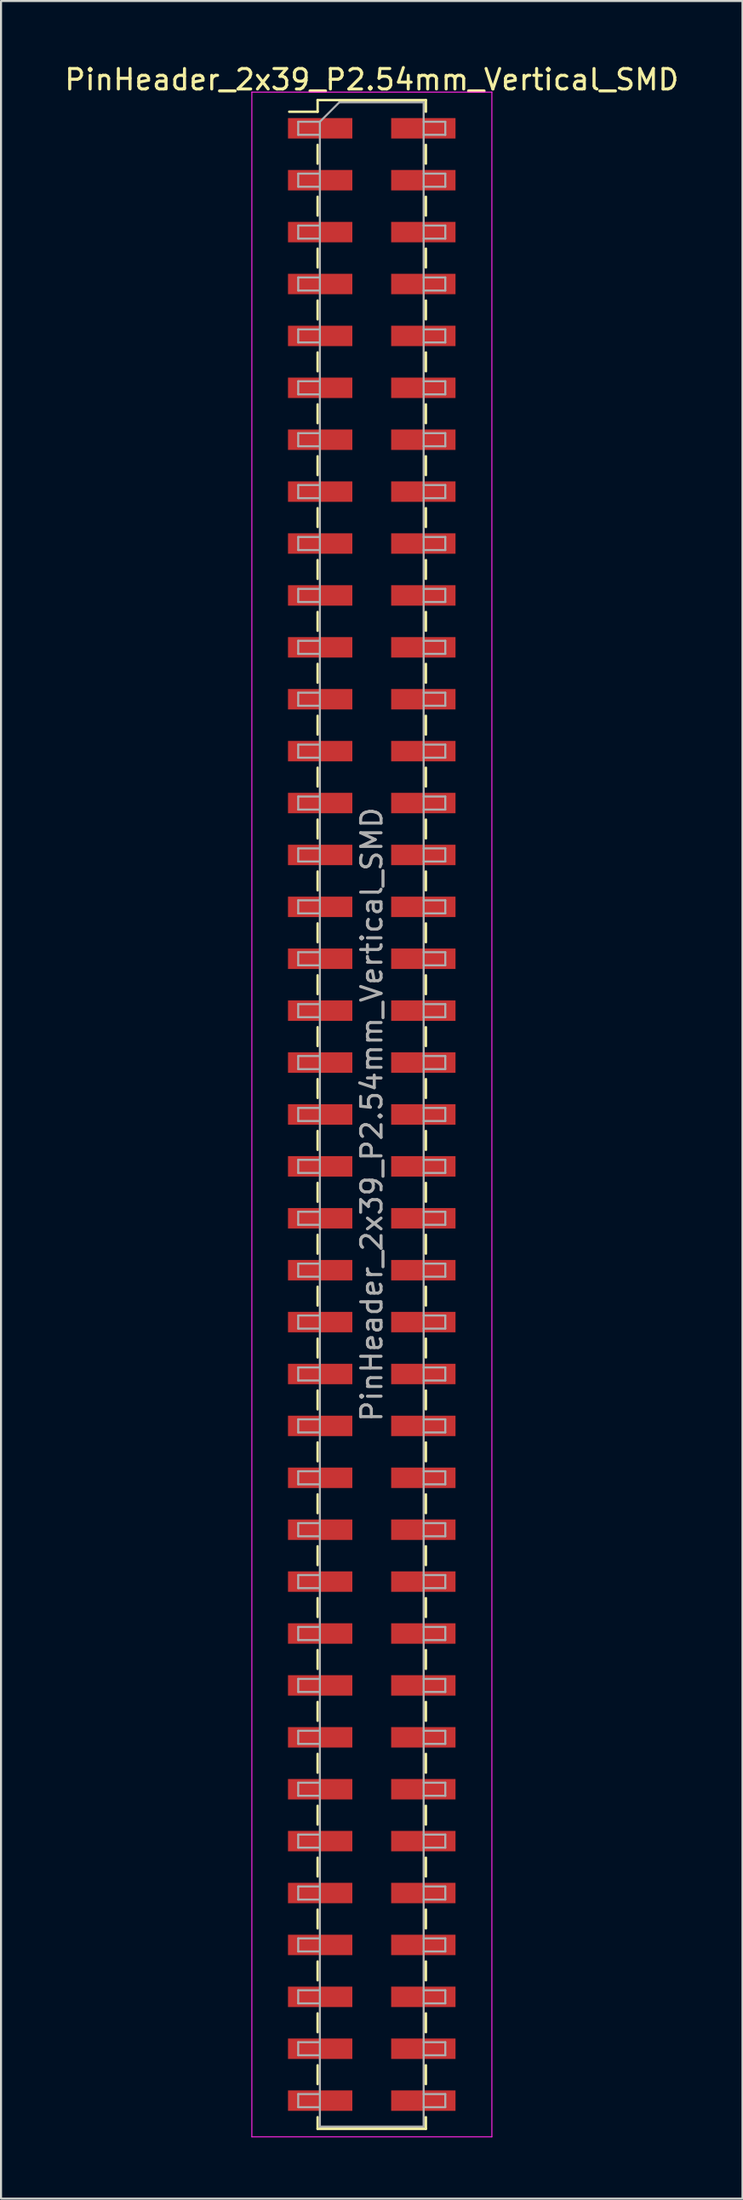
<source format=kicad_pcb>
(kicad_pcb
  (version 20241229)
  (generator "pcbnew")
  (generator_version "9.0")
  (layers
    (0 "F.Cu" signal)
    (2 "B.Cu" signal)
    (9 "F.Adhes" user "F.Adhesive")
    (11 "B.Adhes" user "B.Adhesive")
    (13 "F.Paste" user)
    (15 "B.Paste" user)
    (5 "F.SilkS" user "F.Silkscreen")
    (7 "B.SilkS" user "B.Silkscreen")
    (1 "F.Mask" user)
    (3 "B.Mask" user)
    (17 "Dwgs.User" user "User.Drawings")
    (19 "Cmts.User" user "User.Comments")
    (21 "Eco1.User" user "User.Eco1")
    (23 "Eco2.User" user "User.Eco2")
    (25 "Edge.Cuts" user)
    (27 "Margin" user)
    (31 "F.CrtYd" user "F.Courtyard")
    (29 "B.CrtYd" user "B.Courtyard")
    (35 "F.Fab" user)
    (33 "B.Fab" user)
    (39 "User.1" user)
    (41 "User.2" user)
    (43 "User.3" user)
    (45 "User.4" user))
  (footprint "PinHeader_2x39_P2.54mm_Vertical_SMD"
    (layer "F.Cu")
    (at 15.149 51.488)
    (property "Reference" "PinHeader_2x39_P2.54mm_Vertical_SMD" (at 0 -50.64 0) (layer "F.SilkS") (effects (font (size 1 1) (thickness 0.15))))
    (attr smd)
    (fp_line (start -4.04 -49.07) (end -2.65 -49.07) (stroke (width 0.12) (type solid)) (layer "F.SilkS"))
    (fp_line (start -2.65 -49.64) (end -2.65 -49.07) (stroke (width 0.12) (type solid)) (layer "F.SilkS"))
    (fp_line (start -2.65 -49.64) (end 2.65 -49.64) (stroke (width 0.12) (type solid)) (layer "F.SilkS"))
    (fp_line (start -2.65 -47.45) (end -2.65 -46.53) (stroke (width 0.12) (type solid)) (layer "F.SilkS"))
    (fp_line (start -2.65 -44.91) (end -2.65 -43.99) (stroke (width 0.12) (type solid)) (layer "F.SilkS"))
    (fp_line (start -2.65 -42.37) (end -2.65 -41.45) (stroke (width 0.12) (type solid)) (layer "F.SilkS"))
    (fp_line (start -2.65 -39.83) (end -2.65 -38.91) (stroke (width 0.12) (type solid)) (layer "F.SilkS"))
    (fp_line (start -2.65 -37.29) (end -2.65 -36.37) (stroke (width 0.12) (type solid)) (layer "F.SilkS"))
    (fp_line (start -2.65 -34.75) (end -2.65 -33.83) (stroke (width 0.12) (type solid)) (layer "F.SilkS"))
    (fp_line (start -2.65 -32.21) (end -2.65 -31.29) (stroke (width 0.12) (type solid)) (layer "F.SilkS"))
    (fp_line (start -2.65 -29.67) (end -2.65 -28.75) (stroke (width 0.12) (type solid)) (layer "F.SilkS"))
    (fp_line (start -2.65 -27.13) (end -2.65 -26.21) (stroke (width 0.12) (type solid)) (layer "F.SilkS"))
    (fp_line (start -2.65 -24.59) (end -2.65 -23.67) (stroke (width 0.12) (type solid)) (layer "F.SilkS"))
    (fp_line (start -2.65 -22.05) (end -2.65 -21.13) (stroke (width 0.12) (type solid)) (layer "F.SilkS"))
    (fp_line (start -2.65 -19.51) (end -2.65 -18.59) (stroke (width 0.12) (type solid)) (layer "F.SilkS"))
    (fp_line (start -2.65 -16.97) (end -2.65 -16.05) (stroke (width 0.12) (type solid)) (layer "F.SilkS"))
    (fp_line (start -2.65 -14.43) (end -2.65 -13.51) (stroke (width 0.12) (type solid)) (layer "F.SilkS"))
    (fp_line (start -2.65 -11.89) (end -2.65 -10.97) (stroke (width 0.12) (type solid)) (layer "F.SilkS"))
    (fp_line (start -2.65 -9.35) (end -2.65 -8.43) (stroke (width 0.12) (type solid)) (layer "F.SilkS"))
    (fp_line (start -2.65 -6.81) (end -2.65 -5.89) (stroke (width 0.12) (type solid)) (layer "F.SilkS"))
    (fp_line (start -2.65 -4.27) (end -2.65 -3.35) (stroke (width 0.12) (type solid)) (layer "F.SilkS"))
    (fp_line (start -2.65 -1.73) (end -2.65 -0.81) (stroke (width 0.12) (type solid)) (layer "F.SilkS"))
    (fp_line (start -2.65 0.81) (end -2.65 1.73) (stroke (width 0.12) (type solid)) (layer "F.SilkS"))
    (fp_line (start -2.65 3.35) (end -2.65 4.27) (stroke (width 0.12) (type solid)) (layer "F.SilkS"))
    (fp_line (start -2.65 5.89) (end -2.65 6.81) (stroke (width 0.12) (type solid)) (layer "F.SilkS"))
    (fp_line (start -2.65 8.43) (end -2.65 9.35) (stroke (width 0.12) (type solid)) (layer "F.SilkS"))
    (fp_line (start -2.65 10.97) (end -2.65 11.89) (stroke (width 0.12) (type solid)) (layer "F.SilkS"))
    (fp_line (start -2.65 13.51) (end -2.65 14.43) (stroke (width 0.12) (type solid)) (layer "F.SilkS"))
    (fp_line (start -2.65 16.05) (end -2.65 16.97) (stroke (width 0.12) (type solid)) (layer "F.SilkS"))
    (fp_line (start -2.65 18.59) (end -2.65 19.51) (stroke (width 0.12) (type solid)) (layer "F.SilkS"))
    (fp_line (start -2.65 21.13) (end -2.65 22.05) (stroke (width 0.12) (type solid)) (layer "F.SilkS"))
    (fp_line (start -2.65 23.67) (end -2.65 24.59) (stroke (width 0.12) (type solid)) (layer "F.SilkS"))
    (fp_line (start -2.65 26.21) (end -2.65 27.13) (stroke (width 0.12) (type solid)) (layer "F.SilkS"))
    (fp_line (start -2.65 28.75) (end -2.65 29.67) (stroke (width 0.12) (type solid)) (layer "F.SilkS"))
    (fp_line (start -2.65 31.29) (end -2.65 32.21) (stroke (width 0.12) (type solid)) (layer "F.SilkS"))
    (fp_line (start -2.65 33.83) (end -2.65 34.75) (stroke (width 0.12) (type solid)) (layer "F.SilkS"))
    (fp_line (start -2.65 36.37) (end -2.65 37.29) (stroke (width 0.12) (type solid)) (layer "F.SilkS"))
    (fp_line (start -2.65 38.91) (end -2.65 39.83) (stroke (width 0.12) (type solid)) (layer "F.SilkS"))
    (fp_line (start -2.65 41.45) (end -2.65 42.37) (stroke (width 0.12) (type solid)) (layer "F.SilkS"))
    (fp_line (start -2.65 43.99) (end -2.65 44.91) (stroke (width 0.12) (type solid)) (layer "F.SilkS"))
    (fp_line (start -2.65 46.53) (end -2.65 47.45) (stroke (width 0.12) (type solid)) (layer "F.SilkS"))
    (fp_line (start -2.65 49.07) (end -2.65 49.64) (stroke (width 0.12) (type solid)) (layer "F.SilkS"))
    (fp_line (start -2.65 49.64) (end 2.65 49.64) (stroke (width 0.12) (type solid)) (layer "F.SilkS"))
    (fp_line (start 2.65 -49.64) (end 2.65 -49.07) (stroke (width 0.12) (type solid)) (layer "F.SilkS"))
    (fp_line (start 2.65 -47.45) (end 2.65 -46.53) (stroke (width 0.12) (type solid)) (layer "F.SilkS"))
    (fp_line (start 2.65 -44.91) (end 2.65 -43.99) (stroke (width 0.12) (type solid)) (layer "F.SilkS"))
    (fp_line (start 2.65 -42.37) (end 2.65 -41.45) (stroke (width 0.12) (type solid)) (layer "F.SilkS"))
    (fp_line (start 2.65 -39.83) (end 2.65 -38.91) (stroke (width 0.12) (type solid)) (layer "F.SilkS"))
    (fp_line (start 2.65 -37.29) (end 2.65 -36.37) (stroke (width 0.12) (type solid)) (layer "F.SilkS"))
    (fp_line (start 2.65 -34.75) (end 2.65 -33.83) (stroke (width 0.12) (type solid)) (layer "F.SilkS"))
    (fp_line (start 2.65 -32.21) (end 2.65 -31.29) (stroke (width 0.12) (type solid)) (layer "F.SilkS"))
    (fp_line (start 2.65 -29.67) (end 2.65 -28.75) (stroke (width 0.12) (type solid)) (layer "F.SilkS"))
    (fp_line (start 2.65 -27.13) (end 2.65 -26.21) (stroke (width 0.12) (type solid)) (layer "F.SilkS"))
    (fp_line (start 2.65 -24.59) (end 2.65 -23.67) (stroke (width 0.12) (type solid)) (layer "F.SilkS"))
    (fp_line (start 2.65 -22.05) (end 2.65 -21.13) (stroke (width 0.12) (type solid)) (layer "F.SilkS"))
    (fp_line (start 2.65 -19.51) (end 2.65 -18.59) (stroke (width 0.12) (type solid)) (layer "F.SilkS"))
    (fp_line (start 2.65 -16.97) (end 2.65 -16.05) (stroke (width 0.12) (type solid)) (layer "F.SilkS"))
    (fp_line (start 2.65 -14.43) (end 2.65 -13.51) (stroke (width 0.12) (type solid)) (layer "F.SilkS"))
    (fp_line (start 2.65 -11.89) (end 2.65 -10.97) (stroke (width 0.12) (type solid)) (layer "F.SilkS"))
    (fp_line (start 2.65 -9.35) (end 2.65 -8.43) (stroke (width 0.12) (type solid)) (layer "F.SilkS"))
    (fp_line (start 2.65 -6.81) (end 2.65 -5.89) (stroke (width 0.12) (type solid)) (layer "F.SilkS"))
    (fp_line (start 2.65 -4.27) (end 2.65 -3.35) (stroke (width 0.12) (type solid)) (layer "F.SilkS"))
    (fp_line (start 2.65 -1.73) (end 2.65 -0.81) (stroke (width 0.12) (type solid)) (layer "F.SilkS"))
    (fp_line (start 2.65 0.81) (end 2.65 1.73) (stroke (width 0.12) (type solid)) (layer "F.SilkS"))
    (fp_line (start 2.65 3.35) (end 2.65 4.27) (stroke (width 0.12) (type solid)) (layer "F.SilkS"))
    (fp_line (start 2.65 5.89) (end 2.65 6.81) (stroke (width 0.12) (type solid)) (layer "F.SilkS"))
    (fp_line (start 2.65 8.43) (end 2.65 9.35) (stroke (width 0.12) (type solid)) (layer "F.SilkS"))
    (fp_line (start 2.65 10.97) (end 2.65 11.89) (stroke (width 0.12) (type solid)) (layer "F.SilkS"))
    (fp_line (start 2.65 13.51) (end 2.65 14.43) (stroke (width 0.12) (type solid)) (layer "F.SilkS"))
    (fp_line (start 2.65 16.05) (end 2.65 16.97) (stroke (width 0.12) (type solid)) (layer "F.SilkS"))
    (fp_line (start 2.65 18.59) (end 2.65 19.51) (stroke (width 0.12) (type solid)) (layer "F.SilkS"))
    (fp_line (start 2.65 21.13) (end 2.65 22.05) (stroke (width 0.12) (type solid)) (layer "F.SilkS"))
    (fp_line (start 2.65 23.67) (end 2.65 24.59) (stroke (width 0.12) (type solid)) (layer "F.SilkS"))
    (fp_line (start 2.65 26.21) (end 2.65 27.13) (stroke (width 0.12) (type solid)) (layer "F.SilkS"))
    (fp_line (start 2.65 28.75) (end 2.65 29.67) (stroke (width 0.12) (type solid)) (layer "F.SilkS"))
    (fp_line (start 2.65 31.29) (end 2.65 32.21) (stroke (width 0.12) (type solid)) (layer "F.SilkS"))
    (fp_line (start 2.65 33.83) (end 2.65 34.75) (stroke (width 0.12) (type solid)) (layer "F.SilkS"))
    (fp_line (start 2.65 36.37) (end 2.65 37.29) (stroke (width 0.12) (type solid)) (layer "F.SilkS"))
    (fp_line (start 2.65 38.91) (end 2.65 39.83) (stroke (width 0.12) (type solid)) (layer "F.SilkS"))
    (fp_line (start 2.65 41.45) (end 2.65 42.37) (stroke (width 0.12) (type solid)) (layer "F.SilkS"))
    (fp_line (start 2.65 43.99) (end 2.65 44.91) (stroke (width 0.12) (type solid)) (layer "F.SilkS"))
    (fp_line (start 2.65 46.53) (end 2.65 47.45) (stroke (width 0.12) (type solid)) (layer "F.SilkS"))
    (fp_line (start 2.65 49.07) (end 2.65 49.64) (stroke (width 0.12) (type solid)) (layer "F.SilkS"))
    (fp_line (start -5.87 -50.03) (end -5.87 50.03) (stroke (width 0.05) (type solid)) (layer "F.CrtYd"))
    (fp_line (start -5.87 50.03) (end 5.88 50.03) (stroke (width 0.05) (type solid)) (layer "F.CrtYd"))
    (fp_line (start 5.88 -50.03) (end -5.87 -50.03) (stroke (width 0.05) (type solid)) (layer "F.CrtYd"))
    (fp_line (start 5.88 50.03) (end 5.88 -50.03) (stroke (width 0.05) (type solid)) (layer "F.CrtYd"))
    (fp_line (start -3.6 -48.58) (end -3.6 -47.94) (stroke (width 0.1) (type solid)) (layer "F.Fab"))
    (fp_line (start -3.6 -47.94) (end -2.54 -47.94) (stroke (width 0.1) (type solid)) (layer "F.Fab"))
    (fp_line (start -3.6 -46.04) (end -3.6 -45.4) (stroke (width 0.1) (type solid)) (layer "F.Fab"))
    (fp_line (start -3.6 -45.4) (end -2.54 -45.4) (stroke (width 0.1) (type solid)) (layer "F.Fab"))
    (fp_line (start -3.6 -43.5) (end -3.6 -42.86) (stroke (width 0.1) (type solid)) (layer "F.Fab"))
    (fp_line (start -3.6 -42.86) (end -2.54 -42.86) (stroke (width 0.1) (type solid)) (layer "F.Fab"))
    (fp_line (start -3.6 -40.96) (end -3.6 -40.32) (stroke (width 0.1) (type solid)) (layer "F.Fab"))
    (fp_line (start -3.6 -40.32) (end -2.54 -40.32) (stroke (width 0.1) (type solid)) (layer "F.Fab"))
    (fp_line (start -3.6 -38.42) (end -3.6 -37.78) (stroke (width 0.1) (type solid)) (layer "F.Fab"))
    (fp_line (start -3.6 -37.78) (end -2.54 -37.78) (stroke (width 0.1) (type solid)) (layer "F.Fab"))
    (fp_line (start -3.6 -35.88) (end -3.6 -35.24) (stroke (width 0.1) (type solid)) (layer "F.Fab"))
    (fp_line (start -3.6 -35.24) (end -2.54 -35.24) (stroke (width 0.1) (type solid)) (layer "F.Fab"))
    (fp_line (start -3.6 -33.34) (end -3.6 -32.7) (stroke (width 0.1) (type solid)) (layer "F.Fab"))
    (fp_line (start -3.6 -32.7) (end -2.54 -32.7) (stroke (width 0.1) (type solid)) (layer "F.Fab"))
    (fp_line (start -3.6 -30.8) (end -3.6 -30.16) (stroke (width 0.1) (type solid)) (layer "F.Fab"))
    (fp_line (start -3.6 -30.16) (end -2.54 -30.16) (stroke (width 0.1) (type solid)) (layer "F.Fab"))
    (fp_line (start -3.6 -28.26) (end -3.6 -27.62) (stroke (width 0.1) (type solid)) (layer "F.Fab"))
    (fp_line (start -3.6 -27.62) (end -2.54 -27.62) (stroke (width 0.1) (type solid)) (layer "F.Fab"))
    (fp_line (start -3.6 -25.72) (end -3.6 -25.08) (stroke (width 0.1) (type solid)) (layer "F.Fab"))
    (fp_line (start -3.6 -25.08) (end -2.54 -25.08) (stroke (width 0.1) (type solid)) (layer "F.Fab"))
    (fp_line (start -3.6 -23.18) (end -3.6 -22.54) (stroke (width 0.1) (type solid)) (layer "F.Fab"))
    (fp_line (start -3.6 -22.54) (end -2.54 -22.54) (stroke (width 0.1) (type solid)) (layer "F.Fab"))
    (fp_line (start -3.6 -20.64) (end -3.6 -20) (stroke (width 0.1) (type solid)) (layer "F.Fab"))
    (fp_line (start -3.6 -20) (end -2.54 -20) (stroke (width 0.1) (type solid)) (layer "F.Fab"))
    (fp_line (start -3.6 -18.1) (end -3.6 -17.46) (stroke (width 0.1) (type solid)) (layer "F.Fab"))
    (fp_line (start -3.6 -17.46) (end -2.54 -17.46) (stroke (width 0.1) (type solid)) (layer "F.Fab"))
    (fp_line (start -3.6 -15.56) (end -3.6 -14.92) (stroke (width 0.1) (type solid)) (layer "F.Fab"))
    (fp_line (start -3.6 -14.92) (end -2.54 -14.92) (stroke (width 0.1) (type solid)) (layer "F.Fab"))
    (fp_line (start -3.6 -13.02) (end -3.6 -12.38) (stroke (width 0.1) (type solid)) (layer "F.Fab"))
    (fp_line (start -3.6 -12.38) (end -2.54 -12.38) (stroke (width 0.1) (type solid)) (layer "F.Fab"))
    (fp_line (start -3.6 -10.48) (end -3.6 -9.84) (stroke (width 0.1) (type solid)) (layer "F.Fab"))
    (fp_line (start -3.6 -9.84) (end -2.54 -9.84) (stroke (width 0.1) (type solid)) (layer "F.Fab"))
    (fp_line (start -3.6 -7.94) (end -3.6 -7.3) (stroke (width 0.1) (type solid)) (layer "F.Fab"))
    (fp_line (start -3.6 -7.3) (end -2.54 -7.3) (stroke (width 0.1) (type solid)) (layer "F.Fab"))
    (fp_line (start -3.6 -5.4) (end -3.6 -4.76) (stroke (width 0.1) (type solid)) (layer "F.Fab"))
    (fp_line (start -3.6 -4.76) (end -2.54 -4.76) (stroke (width 0.1) (type solid)) (layer "F.Fab"))
    (fp_line (start -3.6 -2.86) (end -3.6 -2.22) (stroke (width 0.1) (type solid)) (layer "F.Fab"))
    (fp_line (start -3.6 -2.22) (end -2.54 -2.22) (stroke (width 0.1) (type solid)) (layer "F.Fab"))
    (fp_line (start -3.6 -0.32) (end -3.6 0.32) (stroke (width 0.1) (type solid)) (layer "F.Fab"))
    (fp_line (start -3.6 0.32) (end -2.54 0.32) (stroke (width 0.1) (type solid)) (layer "F.Fab"))
    (fp_line (start -3.6 2.22) (end -3.6 2.86) (stroke (width 0.1) (type solid)) (layer "F.Fab"))
    (fp_line (start -3.6 2.86) (end -2.54 2.86) (stroke (width 0.1) (type solid)) (layer "F.Fab"))
    (fp_line (start -3.6 4.76) (end -3.6 5.4) (stroke (width 0.1) (type solid)) (layer "F.Fab"))
    (fp_line (start -3.6 5.4) (end -2.54 5.4) (stroke (width 0.1) (type solid)) (layer "F.Fab"))
    (fp_line (start -3.6 7.3) (end -3.6 7.94) (stroke (width 0.1) (type solid)) (layer "F.Fab"))
    (fp_line (start -3.6 7.94) (end -2.54 7.94) (stroke (width 0.1) (type solid)) (layer "F.Fab"))
    (fp_line (start -3.6 9.84) (end -3.6 10.48) (stroke (width 0.1) (type solid)) (layer "F.Fab"))
    (fp_line (start -3.6 10.48) (end -2.54 10.48) (stroke (width 0.1) (type solid)) (layer "F.Fab"))
    (fp_line (start -3.6 12.38) (end -3.6 13.02) (stroke (width 0.1) (type solid)) (layer "F.Fab"))
    (fp_line (start -3.6 13.02) (end -2.54 13.02) (stroke (width 0.1) (type solid)) (layer "F.Fab"))
    (fp_line (start -3.6 14.92) (end -3.6 15.56) (stroke (width 0.1) (type solid)) (layer "F.Fab"))
    (fp_line (start -3.6 15.56) (end -2.54 15.56) (stroke (width 0.1) (type solid)) (layer "F.Fab"))
    (fp_line (start -3.6 17.46) (end -3.6 18.1) (stroke (width 0.1) (type solid)) (layer "F.Fab"))
    (fp_line (start -3.6 18.1) (end -2.54 18.1) (stroke (width 0.1) (type solid)) (layer "F.Fab"))
    (fp_line (start -3.6 20) (end -3.6 20.64) (stroke (width 0.1) (type solid)) (layer "F.Fab"))
    (fp_line (start -3.6 20.64) (end -2.54 20.64) (stroke (width 0.1) (type solid)) (layer "F.Fab"))
    (fp_line (start -3.6 22.54) (end -3.6 23.18) (stroke (width 0.1) (type solid)) (layer "F.Fab"))
    (fp_line (start -3.6 23.18) (end -2.54 23.18) (stroke (width 0.1) (type solid)) (layer "F.Fab"))
    (fp_line (start -3.6 25.08) (end -3.6 25.72) (stroke (width 0.1) (type solid)) (layer "F.Fab"))
    (fp_line (start -3.6 25.72) (end -2.54 25.72) (stroke (width 0.1) (type solid)) (layer "F.Fab"))
    (fp_line (start -3.6 27.62) (end -3.6 28.26) (stroke (width 0.1) (type solid)) (layer "F.Fab"))
    (fp_line (start -3.6 28.26) (end -2.54 28.26) (stroke (width 0.1) (type solid)) (layer "F.Fab"))
    (fp_line (start -3.6 30.16) (end -3.6 30.8) (stroke (width 0.1) (type solid)) (layer "F.Fab"))
    (fp_line (start -3.6 30.8) (end -2.54 30.8) (stroke (width 0.1) (type solid)) (layer "F.Fab"))
    (fp_line (start -3.6 32.7) (end -3.6 33.34) (stroke (width 0.1) (type solid)) (layer "F.Fab"))
    (fp_line (start -3.6 33.34) (end -2.54 33.34) (stroke (width 0.1) (type solid)) (layer "F.Fab"))
    (fp_line (start -3.6 35.24) (end -3.6 35.88) (stroke (width 0.1) (type solid)) (layer "F.Fab"))
    (fp_line (start -3.6 35.88) (end -2.54 35.88) (stroke (width 0.1) (type solid)) (layer "F.Fab"))
    (fp_line (start -3.6 37.78) (end -3.6 38.42) (stroke (width 0.1) (type solid)) (layer "F.Fab"))
    (fp_line (start -3.6 38.42) (end -2.54 38.42) (stroke (width 0.1) (type solid)) (layer "F.Fab"))
    (fp_line (start -3.6 40.32) (end -3.6 40.96) (stroke (width 0.1) (type solid)) (layer "F.Fab"))
    (fp_line (start -3.6 40.96) (end -2.54 40.96) (stroke (width 0.1) (type solid)) (layer "F.Fab"))
    (fp_line (start -3.6 42.86) (end -3.6 43.5) (stroke (width 0.1) (type solid)) (layer "F.Fab"))
    (fp_line (start -3.6 43.5) (end -2.54 43.5) (stroke (width 0.1) (type solid)) (layer "F.Fab"))
    (fp_line (start -3.6 45.4) (end -3.6 46.04) (stroke (width 0.1) (type solid)) (layer "F.Fab"))
    (fp_line (start -3.6 46.04) (end -2.54 46.04) (stroke (width 0.1) (type solid)) (layer "F.Fab"))
    (fp_line (start -3.6 47.94) (end -3.6 48.58) (stroke (width 0.1) (type solid)) (layer "F.Fab"))
    (fp_line (start -3.6 48.58) (end -2.54 48.58) (stroke (width 0.1) (type solid)) (layer "F.Fab"))
    (fp_line (start -2.54 -48.58) (end -3.6 -48.58) (stroke (width 0.1) (type solid)) (layer "F.Fab"))
    (fp_line (start -2.54 -48.58) (end -1.59 -49.53) (stroke (width 0.1) (type solid)) (layer "F.Fab"))
    (fp_line (start -2.54 -46.04) (end -3.6 -46.04) (stroke (width 0.1) (type solid)) (layer "F.Fab"))
    (fp_line (start -2.54 -43.5) (end -3.6 -43.5) (stroke (width 0.1) (type solid)) (layer "F.Fab"))
    (fp_line (start -2.54 -40.96) (end -3.6 -40.96) (stroke (width 0.1) (type solid)) (layer "F.Fab"))
    (fp_line (start -2.54 -38.42) (end -3.6 -38.42) (stroke (width 0.1) (type solid)) (layer "F.Fab"))
    (fp_line (start -2.54 -35.88) (end -3.6 -35.88) (stroke (width 0.1) (type solid)) (layer "F.Fab"))
    (fp_line (start -2.54 -33.34) (end -3.6 -33.34) (stroke (width 0.1) (type solid)) (layer "F.Fab"))
    (fp_line (start -2.54 -30.8) (end -3.6 -30.8) (stroke (width 0.1) (type solid)) (layer "F.Fab"))
    (fp_line (start -2.54 -28.26) (end -3.6 -28.26) (stroke (width 0.1) (type solid)) (layer "F.Fab"))
    (fp_line (start -2.54 -25.72) (end -3.6 -25.72) (stroke (width 0.1) (type solid)) (layer "F.Fab"))
    (fp_line (start -2.54 -23.18) (end -3.6 -23.18) (stroke (width 0.1) (type solid)) (layer "F.Fab"))
    (fp_line (start -2.54 -20.64) (end -3.6 -20.64) (stroke (width 0.1) (type solid)) (layer "F.Fab"))
    (fp_line (start -2.54 -18.1) (end -3.6 -18.1) (stroke (width 0.1) (type solid)) (layer "F.Fab"))
    (fp_line (start -2.54 -15.56) (end -3.6 -15.56) (stroke (width 0.1) (type solid)) (layer "F.Fab"))
    (fp_line (start -2.54 -13.02) (end -3.6 -13.02) (stroke (width 0.1) (type solid)) (layer "F.Fab"))
    (fp_line (start -2.54 -10.48) (end -3.6 -10.48) (stroke (width 0.1) (type solid)) (layer "F.Fab"))
    (fp_line (start -2.54 -7.94) (end -3.6 -7.94) (stroke (width 0.1) (type solid)) (layer "F.Fab"))
    (fp_line (start -2.54 -5.4) (end -3.6 -5.4) (stroke (width 0.1) (type solid)) (layer "F.Fab"))
    (fp_line (start -2.54 -2.86) (end -3.6 -2.86) (stroke (width 0.1) (type solid)) (layer "F.Fab"))
    (fp_line (start -2.54 -0.32) (end -3.6 -0.32) (stroke (width 0.1) (type solid)) (layer "F.Fab"))
    (fp_line (start -2.54 2.22) (end -3.6 2.22) (stroke (width 0.1) (type solid)) (layer "F.Fab"))
    (fp_line (start -2.54 4.76) (end -3.6 4.76) (stroke (width 0.1) (type solid)) (layer "F.Fab"))
    (fp_line (start -2.54 7.3) (end -3.6 7.3) (stroke (width 0.1) (type solid)) (layer "F.Fab"))
    (fp_line (start -2.54 9.84) (end -3.6 9.84) (stroke (width 0.1) (type solid)) (layer "F.Fab"))
    (fp_line (start -2.54 12.38) (end -3.6 12.38) (stroke (width 0.1) (type solid)) (layer "F.Fab"))
    (fp_line (start -2.54 14.92) (end -3.6 14.92) (stroke (width 0.1) (type solid)) (layer "F.Fab"))
    (fp_line (start -2.54 17.46) (end -3.6 17.46) (stroke (width 0.1) (type solid)) (layer "F.Fab"))
    (fp_line (start -2.54 20) (end -3.6 20) (stroke (width 0.1) (type solid)) (layer "F.Fab"))
    (fp_line (start -2.54 22.54) (end -3.6 22.54) (stroke (width 0.1) (type solid)) (layer "F.Fab"))
    (fp_line (start -2.54 25.08) (end -3.6 25.08) (stroke (width 0.1) (type solid)) (layer "F.Fab"))
    (fp_line (start -2.54 27.62) (end -3.6 27.62) (stroke (width 0.1) (type solid)) (layer "F.Fab"))
    (fp_line (start -2.54 30.16) (end -3.6 30.16) (stroke (width 0.1) (type solid)) (layer "F.Fab"))
    (fp_line (start -2.54 32.7) (end -3.6 32.7) (stroke (width 0.1) (type solid)) (layer "F.Fab"))
    (fp_line (start -2.54 35.24) (end -3.6 35.24) (stroke (width 0.1) (type solid)) (layer "F.Fab"))
    (fp_line (start -2.54 37.78) (end -3.6 37.78) (stroke (width 0.1) (type solid)) (layer "F.Fab"))
    (fp_line (start -2.54 40.32) (end -3.6 40.32) (stroke (width 0.1) (type solid)) (layer "F.Fab"))
    (fp_line (start -2.54 42.86) (end -3.6 42.86) (stroke (width 0.1) (type solid)) (layer "F.Fab"))
    (fp_line (start -2.54 45.4) (end -3.6 45.4) (stroke (width 0.1) (type solid)) (layer "F.Fab"))
    (fp_line (start -2.54 47.94) (end -3.6 47.94) (stroke (width 0.1) (type solid)) (layer "F.Fab"))
    (fp_line (start -2.54 49.53) (end -2.54 -48.58) (stroke (width 0.1) (type solid)) (layer "F.Fab"))
    (fp_line (start -1.59 -49.53) (end 2.54 -49.53) (stroke (width 0.1) (type solid)) (layer "F.Fab"))
    (fp_line (start 2.54 -49.53) (end 2.54 49.53) (stroke (width 0.1) (type solid)) (layer "F.Fab"))
    (fp_line (start 2.54 -48.58) (end 3.6 -48.58) (stroke (width 0.1) (type solid)) (layer "F.Fab"))
    (fp_line (start 2.54 -46.04) (end 3.6 -46.04) (stroke (width 0.1) (type solid)) (layer "F.Fab"))
    (fp_line (start 2.54 -43.5) (end 3.6 -43.5) (stroke (width 0.1) (type solid)) (layer "F.Fab"))
    (fp_line (start 2.54 -40.96) (end 3.6 -40.96) (stroke (width 0.1) (type solid)) (layer "F.Fab"))
    (fp_line (start 2.54 -38.42) (end 3.6 -38.42) (stroke (width 0.1) (type solid)) (layer "F.Fab"))
    (fp_line (start 2.54 -35.88) (end 3.6 -35.88) (stroke (width 0.1) (type solid)) (layer "F.Fab"))
    (fp_line (start 2.54 -33.34) (end 3.6 -33.34) (stroke (width 0.1) (type solid)) (layer "F.Fab"))
    (fp_line (start 2.54 -30.8) (end 3.6 -30.8) (stroke (width 0.1) (type solid)) (layer "F.Fab"))
    (fp_line (start 2.54 -28.26) (end 3.6 -28.26) (stroke (width 0.1) (type solid)) (layer "F.Fab"))
    (fp_line (start 2.54 -25.72) (end 3.6 -25.72) (stroke (width 0.1) (type solid)) (layer "F.Fab"))
    (fp_line (start 2.54 -23.18) (end 3.6 -23.18) (stroke (width 0.1) (type solid)) (layer "F.Fab"))
    (fp_line (start 2.54 -20.64) (end 3.6 -20.64) (stroke (width 0.1) (type solid)) (layer "F.Fab"))
    (fp_line (start 2.54 -18.1) (end 3.6 -18.1) (stroke (width 0.1) (type solid)) (layer "F.Fab"))
    (fp_line (start 2.54 -15.56) (end 3.6 -15.56) (stroke (width 0.1) (type solid)) (layer "F.Fab"))
    (fp_line (start 2.54 -13.02) (end 3.6 -13.02) (stroke (width 0.1) (type solid)) (layer "F.Fab"))
    (fp_line (start 2.54 -10.48) (end 3.6 -10.48) (stroke (width 0.1) (type solid)) (layer "F.Fab"))
    (fp_line (start 2.54 -7.94) (end 3.6 -7.94) (stroke (width 0.1) (type solid)) (layer "F.Fab"))
    (fp_line (start 2.54 -5.4) (end 3.6 -5.4) (stroke (width 0.1) (type solid)) (layer "F.Fab"))
    (fp_line (start 2.54 -2.86) (end 3.6 -2.86) (stroke (width 0.1) (type solid)) (layer "F.Fab"))
    (fp_line (start 2.54 -0.32) (end 3.6 -0.32) (stroke (width 0.1) (type solid)) (layer "F.Fab"))
    (fp_line (start 2.54 2.22) (end 3.6 2.22) (stroke (width 0.1) (type solid)) (layer "F.Fab"))
    (fp_line (start 2.54 4.76) (end 3.6 4.76) (stroke (width 0.1) (type solid)) (layer "F.Fab"))
    (fp_line (start 2.54 7.3) (end 3.6 7.3) (stroke (width 0.1) (type solid)) (layer "F.Fab"))
    (fp_line (start 2.54 9.84) (end 3.6 9.84) (stroke (width 0.1) (type solid)) (layer "F.Fab"))
    (fp_line (start 2.54 12.38) (end 3.6 12.38) (stroke (width 0.1) (type solid)) (layer "F.Fab"))
    (fp_line (start 2.54 14.92) (end 3.6 14.92) (stroke (width 0.1) (type solid)) (layer "F.Fab"))
    (fp_line (start 2.54 17.46) (end 3.6 17.46) (stroke (width 0.1) (type solid)) (layer "F.Fab"))
    (fp_line (start 2.54 20) (end 3.6 20) (stroke (width 0.1) (type solid)) (layer "F.Fab"))
    (fp_line (start 2.54 22.54) (end 3.6 22.54) (stroke (width 0.1) (type solid)) (layer "F.Fab"))
    (fp_line (start 2.54 25.08) (end 3.6 25.08) (stroke (width 0.1) (type solid)) (layer "F.Fab"))
    (fp_line (start 2.54 27.62) (end 3.6 27.62) (stroke (width 0.1) (type solid)) (layer "F.Fab"))
    (fp_line (start 2.54 30.16) (end 3.6 30.16) (stroke (width 0.1) (type solid)) (layer "F.Fab"))
    (fp_line (start 2.54 32.7) (end 3.6 32.7) (stroke (width 0.1) (type solid)) (layer "F.Fab"))
    (fp_line (start 2.54 35.24) (end 3.6 35.24) (stroke (width 0.1) (type solid)) (layer "F.Fab"))
    (fp_line (start 2.54 37.78) (end 3.6 37.78) (stroke (width 0.1) (type solid)) (layer "F.Fab"))
    (fp_line (start 2.54 40.32) (end 3.6 40.32) (stroke (width 0.1) (type solid)) (layer "F.Fab"))
    (fp_line (start 2.54 42.86) (end 3.6 42.86) (stroke (width 0.1) (type solid)) (layer "F.Fab"))
    (fp_line (start 2.54 45.4) (end 3.6 45.4) (stroke (width 0.1) (type solid)) (layer "F.Fab"))
    (fp_line (start 2.54 47.94) (end 3.6 47.94) (stroke (width 0.1) (type solid)) (layer "F.Fab"))
    (fp_line (start 2.54 49.53) (end -2.54 49.53) (stroke (width 0.1) (type solid)) (layer "F.Fab"))
    (fp_line (start 3.6 -48.58) (end 3.6 -47.94) (stroke (width 0.1) (type solid)) (layer "F.Fab"))
    (fp_line (start 3.6 -47.94) (end 2.54 -47.94) (stroke (width 0.1) (type solid)) (layer "F.Fab"))
    (fp_line (start 3.6 -46.04) (end 3.6 -45.4) (stroke (width 0.1) (type solid)) (layer "F.Fab"))
    (fp_line (start 3.6 -45.4) (end 2.54 -45.4) (stroke (width 0.1) (type solid)) (layer "F.Fab"))
    (fp_line (start 3.6 -43.5) (end 3.6 -42.86) (stroke (width 0.1) (type solid)) (layer "F.Fab"))
    (fp_line (start 3.6 -42.86) (end 2.54 -42.86) (stroke (width 0.1) (type solid)) (layer "F.Fab"))
    (fp_line (start 3.6 -40.96) (end 3.6 -40.32) (stroke (width 0.1) (type solid)) (layer "F.Fab"))
    (fp_line (start 3.6 -40.32) (end 2.54 -40.32) (stroke (width 0.1) (type solid)) (layer "F.Fab"))
    (fp_line (start 3.6 -38.42) (end 3.6 -37.78) (stroke (width 0.1) (type solid)) (layer "F.Fab"))
    (fp_line (start 3.6 -37.78) (end 2.54 -37.78) (stroke (width 0.1) (type solid)) (layer "F.Fab"))
    (fp_line (start 3.6 -35.88) (end 3.6 -35.24) (stroke (width 0.1) (type solid)) (layer "F.Fab"))
    (fp_line (start 3.6 -35.24) (end 2.54 -35.24) (stroke (width 0.1) (type solid)) (layer "F.Fab"))
    (fp_line (start 3.6 -33.34) (end 3.6 -32.7) (stroke (width 0.1) (type solid)) (layer "F.Fab"))
    (fp_line (start 3.6 -32.7) (end 2.54 -32.7) (stroke (width 0.1) (type solid)) (layer "F.Fab"))
    (fp_line (start 3.6 -30.8) (end 3.6 -30.16) (stroke (width 0.1) (type solid)) (layer "F.Fab"))
    (fp_line (start 3.6 -30.16) (end 2.54 -30.16) (stroke (width 0.1) (type solid)) (layer "F.Fab"))
    (fp_line (start 3.6 -28.26) (end 3.6 -27.62) (stroke (width 0.1) (type solid)) (layer "F.Fab"))
    (fp_line (start 3.6 -27.62) (end 2.54 -27.62) (stroke (width 0.1) (type solid)) (layer "F.Fab"))
    (fp_line (start 3.6 -25.72) (end 3.6 -25.08) (stroke (width 0.1) (type solid)) (layer "F.Fab"))
    (fp_line (start 3.6 -25.08) (end 2.54 -25.08) (stroke (width 0.1) (type solid)) (layer "F.Fab"))
    (fp_line (start 3.6 -23.18) (end 3.6 -22.54) (stroke (width 0.1) (type solid)) (layer "F.Fab"))
    (fp_line (start 3.6 -22.54) (end 2.54 -22.54) (stroke (width 0.1) (type solid)) (layer "F.Fab"))
    (fp_line (start 3.6 -20.64) (end 3.6 -20) (stroke (width 0.1) (type solid)) (layer "F.Fab"))
    (fp_line (start 3.6 -20) (end 2.54 -20) (stroke (width 0.1) (type solid)) (layer "F.Fab"))
    (fp_line (start 3.6 -18.1) (end 3.6 -17.46) (stroke (width 0.1) (type solid)) (layer "F.Fab"))
    (fp_line (start 3.6 -17.46) (end 2.54 -17.46) (stroke (width 0.1) (type solid)) (layer "F.Fab"))
    (fp_line (start 3.6 -15.56) (end 3.6 -14.92) (stroke (width 0.1) (type solid)) (layer "F.Fab"))
    (fp_line (start 3.6 -14.92) (end 2.54 -14.92) (stroke (width 0.1) (type solid)) (layer "F.Fab"))
    (fp_line (start 3.6 -13.02) (end 3.6 -12.38) (stroke (width 0.1) (type solid)) (layer "F.Fab"))
    (fp_line (start 3.6 -12.38) (end 2.54 -12.38) (stroke (width 0.1) (type solid)) (layer "F.Fab"))
    (fp_line (start 3.6 -10.48) (end 3.6 -9.84) (stroke (width 0.1) (type solid)) (layer "F.Fab"))
    (fp_line (start 3.6 -9.84) (end 2.54 -9.84) (stroke (width 0.1) (type solid)) (layer "F.Fab"))
    (fp_line (start 3.6 -7.94) (end 3.6 -7.3) (stroke (width 0.1) (type solid)) (layer "F.Fab"))
    (fp_line (start 3.6 -7.3) (end 2.54 -7.3) (stroke (width 0.1) (type solid)) (layer "F.Fab"))
    (fp_line (start 3.6 -5.4) (end 3.6 -4.76) (stroke (width 0.1) (type solid)) (layer "F.Fab"))
    (fp_line (start 3.6 -4.76) (end 2.54 -4.76) (stroke (width 0.1) (type solid)) (layer "F.Fab"))
    (fp_line (start 3.6 -2.86) (end 3.6 -2.22) (stroke (width 0.1) (type solid)) (layer "F.Fab"))
    (fp_line (start 3.6 -2.22) (end 2.54 -2.22) (stroke (width 0.1) (type solid)) (layer "F.Fab"))
    (fp_line (start 3.6 -0.32) (end 3.6 0.32) (stroke (width 0.1) (type solid)) (layer "F.Fab"))
    (fp_line (start 3.6 0.32) (end 2.54 0.32) (stroke (width 0.1) (type solid)) (layer "F.Fab"))
    (fp_line (start 3.6 2.22) (end 3.6 2.86) (stroke (width 0.1) (type solid)) (layer "F.Fab"))
    (fp_line (start 3.6 2.86) (end 2.54 2.86) (stroke (width 0.1) (type solid)) (layer "F.Fab"))
    (fp_line (start 3.6 4.76) (end 3.6 5.4) (stroke (width 0.1) (type solid)) (layer "F.Fab"))
    (fp_line (start 3.6 5.4) (end 2.54 5.4) (stroke (width 0.1) (type solid)) (layer "F.Fab"))
    (fp_line (start 3.6 7.3) (end 3.6 7.94) (stroke (width 0.1) (type solid)) (layer "F.Fab"))
    (fp_line (start 3.6 7.94) (end 2.54 7.94) (stroke (width 0.1) (type solid)) (layer "F.Fab"))
    (fp_line (start 3.6 9.84) (end 3.6 10.48) (stroke (width 0.1) (type solid)) (layer "F.Fab"))
    (fp_line (start 3.6 10.48) (end 2.54 10.48) (stroke (width 0.1) (type solid)) (layer "F.Fab"))
    (fp_line (start 3.6 12.38) (end 3.6 13.02) (stroke (width 0.1) (type solid)) (layer "F.Fab"))
    (fp_line (start 3.6 13.02) (end 2.54 13.02) (stroke (width 0.1) (type solid)) (layer "F.Fab"))
    (fp_line (start 3.6 14.92) (end 3.6 15.56) (stroke (width 0.1) (type solid)) (layer "F.Fab"))
    (fp_line (start 3.6 15.56) (end 2.54 15.56) (stroke (width 0.1) (type solid)) (layer "F.Fab"))
    (fp_line (start 3.6 17.46) (end 3.6 18.1) (stroke (width 0.1) (type solid)) (layer "F.Fab"))
    (fp_line (start 3.6 18.1) (end 2.54 18.1) (stroke (width 0.1) (type solid)) (layer "F.Fab"))
    (fp_line (start 3.6 20) (end 3.6 20.64) (stroke (width 0.1) (type solid)) (layer "F.Fab"))
    (fp_line (start 3.6 20.64) (end 2.54 20.64) (stroke (width 0.1) (type solid)) (layer "F.Fab"))
    (fp_line (start 3.6 22.54) (end 3.6 23.18) (stroke (width 0.1) (type solid)) (layer "F.Fab"))
    (fp_line (start 3.6 23.18) (end 2.54 23.18) (stroke (width 0.1) (type solid)) (layer "F.Fab"))
    (fp_line (start 3.6 25.08) (end 3.6 25.72) (stroke (width 0.1) (type solid)) (layer "F.Fab"))
    (fp_line (start 3.6 25.72) (end 2.54 25.72) (stroke (width 0.1) (type solid)) (layer "F.Fab"))
    (fp_line (start 3.6 27.62) (end 3.6 28.26) (stroke (width 0.1) (type solid)) (layer "F.Fab"))
    (fp_line (start 3.6 28.26) (end 2.54 28.26) (stroke (width 0.1) (type solid)) (layer "F.Fab"))
    (fp_line (start 3.6 30.16) (end 3.6 30.8) (stroke (width 0.1) (type solid)) (layer "F.Fab"))
    (fp_line (start 3.6 30.8) (end 2.54 30.8) (stroke (width 0.1) (type solid)) (layer "F.Fab"))
    (fp_line (start 3.6 32.7) (end 3.6 33.34) (stroke (width 0.1) (type solid)) (layer "F.Fab"))
    (fp_line (start 3.6 33.34) (end 2.54 33.34) (stroke (width 0.1) (type solid)) (layer "F.Fab"))
    (fp_line (start 3.6 35.24) (end 3.6 35.88) (stroke (width 0.1) (type solid)) (layer "F.Fab"))
    (fp_line (start 3.6 35.88) (end 2.54 35.88) (stroke (width 0.1) (type solid)) (layer "F.Fab"))
    (fp_line (start 3.6 37.78) (end 3.6 38.42) (stroke (width 0.1) (type solid)) (layer "F.Fab"))
    (fp_line (start 3.6 38.42) (end 2.54 38.42) (stroke (width 0.1) (type solid)) (layer "F.Fab"))
    (fp_line (start 3.6 40.32) (end 3.6 40.96) (stroke (width 0.1) (type solid)) (layer "F.Fab"))
    (fp_line (start 3.6 40.96) (end 2.54 40.96) (stroke (width 0.1) (type solid)) (layer "F.Fab"))
    (fp_line (start 3.6 42.86) (end 3.6 43.5) (stroke (width 0.1) (type solid)) (layer "F.Fab"))
    (fp_line (start 3.6 43.5) (end 2.54 43.5) (stroke (width 0.1) (type solid)) (layer "F.Fab"))
    (fp_line (start 3.6 45.4) (end 3.6 46.04) (stroke (width 0.1) (type solid)) (layer "F.Fab"))
    (fp_line (start 3.6 46.04) (end 2.54 46.04) (stroke (width 0.1) (type solid)) (layer "F.Fab"))
    (fp_line (start 3.6 47.94) (end 3.6 48.58) (stroke (width 0.1) (type solid)) (layer "F.Fab"))
    (fp_line (start 3.6 48.58) (end 2.54 48.58) (stroke (width 0.1) (type solid)) (layer "F.Fab"))
    (fp_text user "${REFERENCE}" (at 0 0 90) (layer "F.Fab") (effects (font (size 1 1) (thickness 0.15))))
    (pad "1" smd rect (at -2.525 -48.26) (size 3.15 1) (layers "F.Cu" "F.Mask" "F.Paste"))
    (pad "2" smd rect (at 2.525 -48.26) (size 3.15 1) (layers "F.Cu" "F.Mask" "F.Paste"))
    (pad "3" smd rect (at -2.525 -45.72) (size 3.15 1) (layers "F.Cu" "F.Mask" "F.Paste"))
    (pad "4" smd rect (at 2.525 -45.72) (size 3.15 1) (layers "F.Cu" "F.Mask" "F.Paste"))
    (pad "5" smd rect (at -2.525 -43.18) (size 3.15 1) (layers "F.Cu" "F.Mask" "F.Paste"))
    (pad "6" smd rect (at 2.525 -43.18) (size 3.15 1) (layers "F.Cu" "F.Mask" "F.Paste"))
    (pad "7" smd rect (at -2.525 -40.64) (size 3.15 1) (layers "F.Cu" "F.Mask" "F.Paste"))
    (pad "8" smd rect (at 2.525 -40.64) (size 3.15 1) (layers "F.Cu" "F.Mask" "F.Paste"))
    (pad "9" smd rect (at -2.525 -38.1) (size 3.15 1) (layers "F.Cu" "F.Mask" "F.Paste"))
    (pad "10" smd rect (at 2.525 -38.1) (size 3.15 1) (layers "F.Cu" "F.Mask" "F.Paste"))
    (pad "11" smd rect (at -2.525 -35.56) (size 3.15 1) (layers "F.Cu" "F.Mask" "F.Paste"))
    (pad "12" smd rect (at 2.525 -35.56) (size 3.15 1) (layers "F.Cu" "F.Mask" "F.Paste"))
    (pad "13" smd rect (at -2.525 -33.02) (size 3.15 1) (layers "F.Cu" "F.Mask" "F.Paste"))
    (pad "14" smd rect (at 2.525 -33.02) (size 3.15 1) (layers "F.Cu" "F.Mask" "F.Paste"))
    (pad "15" smd rect (at -2.525 -30.48) (size 3.15 1) (layers "F.Cu" "F.Mask" "F.Paste"))
    (pad "16" smd rect (at 2.525 -30.48) (size 3.15 1) (layers "F.Cu" "F.Mask" "F.Paste"))
    (pad "17" smd rect (at -2.525 -27.94) (size 3.15 1) (layers "F.Cu" "F.Mask" "F.Paste"))
    (pad "18" smd rect (at 2.525 -27.94) (size 3.15 1) (layers "F.Cu" "F.Mask" "F.Paste"))
    (pad "19" smd rect (at -2.525 -25.4) (size 3.15 1) (layers "F.Cu" "F.Mask" "F.Paste"))
    (pad "20" smd rect (at 2.525 -25.4) (size 3.15 1) (layers "F.Cu" "F.Mask" "F.Paste"))
    (pad "21" smd rect (at -2.525 -22.86) (size 3.15 1) (layers "F.Cu" "F.Mask" "F.Paste"))
    (pad "22" smd rect (at 2.525 -22.86) (size 3.15 1) (layers "F.Cu" "F.Mask" "F.Paste"))
    (pad "23" smd rect (at -2.525 -20.32) (size 3.15 1) (layers "F.Cu" "F.Mask" "F.Paste"))
    (pad "24" smd rect (at 2.525 -20.32) (size 3.15 1) (layers "F.Cu" "F.Mask" "F.Paste"))
    (pad "25" smd rect (at -2.525 -17.78) (size 3.15 1) (layers "F.Cu" "F.Mask" "F.Paste"))
    (pad "26" smd rect (at 2.525 -17.78) (size 3.15 1) (layers "F.Cu" "F.Mask" "F.Paste"))
    (pad "27" smd rect (at -2.525 -15.24) (size 3.15 1) (layers "F.Cu" "F.Mask" "F.Paste"))
    (pad "28" smd rect (at 2.525 -15.24) (size 3.15 1) (layers "F.Cu" "F.Mask" "F.Paste"))
    (pad "29" smd rect (at -2.525 -12.7) (size 3.15 1) (layers "F.Cu" "F.Mask" "F.Paste"))
    (pad "30" smd rect (at 2.525 -12.7) (size 3.15 1) (layers "F.Cu" "F.Mask" "F.Paste"))
    (pad "31" smd rect (at -2.525 -10.16) (size 3.15 1) (layers "F.Cu" "F.Mask" "F.Paste"))
    (pad "32" smd rect (at 2.525 -10.16) (size 3.15 1) (layers "F.Cu" "F.Mask" "F.Paste"))
    (pad "33" smd rect (at -2.525 -7.62) (size 3.15 1) (layers "F.Cu" "F.Mask" "F.Paste"))
    (pad "34" smd rect (at 2.525 -7.62) (size 3.15 1) (layers "F.Cu" "F.Mask" "F.Paste"))
    (pad "35" smd rect (at -2.525 -5.08) (size 3.15 1) (layers "F.Cu" "F.Mask" "F.Paste"))
    (pad "36" smd rect (at 2.525 -5.08) (size 3.15 1) (layers "F.Cu" "F.Mask" "F.Paste"))
    (pad "37" smd rect (at -2.525 -2.54) (size 3.15 1) (layers "F.Cu" "F.Mask" "F.Paste"))
    (pad "38" smd rect (at 2.525 -2.54) (size 3.15 1) (layers "F.Cu" "F.Mask" "F.Paste"))
    (pad "39" smd rect (at -2.525 0) (size 3.15 1) (layers "F.Cu" "F.Mask" "F.Paste"))
    (pad "40" smd rect (at 2.525 0) (size 3.15 1) (layers "F.Cu" "F.Mask" "F.Paste"))
    (pad "41" smd rect (at -2.525 2.54) (size 3.15 1) (layers "F.Cu" "F.Mask" "F.Paste"))
    (pad "42" smd rect (at 2.525 2.54) (size 3.15 1) (layers "F.Cu" "F.Mask" "F.Paste"))
    (pad "43" smd rect (at -2.525 5.08) (size 3.15 1) (layers "F.Cu" "F.Mask" "F.Paste"))
    (pad "44" smd rect (at 2.525 5.08) (size 3.15 1) (layers "F.Cu" "F.Mask" "F.Paste"))
    (pad "45" smd rect (at -2.525 7.62) (size 3.15 1) (layers "F.Cu" "F.Mask" "F.Paste"))
    (pad "46" smd rect (at 2.525 7.62) (size 3.15 1) (layers "F.Cu" "F.Mask" "F.Paste"))
    (pad "47" smd rect (at -2.525 10.16) (size 3.15 1) (layers "F.Cu" "F.Mask" "F.Paste"))
    (pad "48" smd rect (at 2.525 10.16) (size 3.15 1) (layers "F.Cu" "F.Mask" "F.Paste"))
    (pad "49" smd rect (at -2.525 12.7) (size 3.15 1) (layers "F.Cu" "F.Mask" "F.Paste"))
    (pad "50" smd rect (at 2.525 12.7) (size 3.15 1) (layers "F.Cu" "F.Mask" "F.Paste"))
    (pad "51" smd rect (at -2.525 15.24) (size 3.15 1) (layers "F.Cu" "F.Mask" "F.Paste"))
    (pad "52" smd rect (at 2.525 15.24) (size 3.15 1) (layers "F.Cu" "F.Mask" "F.Paste"))
    (pad "53" smd rect (at -2.525 17.78) (size 3.15 1) (layers "F.Cu" "F.Mask" "F.Paste"))
    (pad "54" smd rect (at 2.525 17.78) (size 3.15 1) (layers "F.Cu" "F.Mask" "F.Paste"))
    (pad "55" smd rect (at -2.525 20.32) (size 3.15 1) (layers "F.Cu" "F.Mask" "F.Paste"))
    (pad "56" smd rect (at 2.525 20.32) (size 3.15 1) (layers "F.Cu" "F.Mask" "F.Paste"))
    (pad "57" smd rect (at -2.525 22.86) (size 3.15 1) (layers "F.Cu" "F.Mask" "F.Paste"))
    (pad "58" smd rect (at 2.525 22.86) (size 3.15 1) (layers "F.Cu" "F.Mask" "F.Paste"))
    (pad "59" smd rect (at -2.525 25.4) (size 3.15 1) (layers "F.Cu" "F.Mask" "F.Paste"))
    (pad "60" smd rect (at 2.525 25.4) (size 3.15 1) (layers "F.Cu" "F.Mask" "F.Paste"))
    (pad "61" smd rect (at -2.525 27.94) (size 3.15 1) (layers "F.Cu" "F.Mask" "F.Paste"))
    (pad "62" smd rect (at 2.525 27.94) (size 3.15 1) (layers "F.Cu" "F.Mask" "F.Paste"))
    (pad "63" smd rect (at -2.525 30.48) (size 3.15 1) (layers "F.Cu" "F.Mask" "F.Paste"))
    (pad "64" smd rect (at 2.525 30.48) (size 3.15 1) (layers "F.Cu" "F.Mask" "F.Paste"))
    (pad "65" smd rect (at -2.525 33.02) (size 3.15 1) (layers "F.Cu" "F.Mask" "F.Paste"))
    (pad "66" smd rect (at 2.525 33.02) (size 3.15 1) (layers "F.Cu" "F.Mask" "F.Paste"))
    (pad "67" smd rect (at -2.525 35.56) (size 3.15 1) (layers "F.Cu" "F.Mask" "F.Paste"))
    (pad "68" smd rect (at 2.525 35.56) (size 3.15 1) (layers "F.Cu" "F.Mask" "F.Paste"))
    (pad "69" smd rect (at -2.525 38.1) (size 3.15 1) (layers "F.Cu" "F.Mask" "F.Paste"))
    (pad "70" smd rect (at 2.525 38.1) (size 3.15 1) (layers "F.Cu" "F.Mask" "F.Paste"))
    (pad "71" smd rect (at -2.525 40.64) (size 3.15 1) (layers "F.Cu" "F.Mask" "F.Paste"))
    (pad "72" smd rect (at 2.525 40.64) (size 3.15 1) (layers "F.Cu" "F.Mask" "F.Paste"))
    (pad "73" smd rect (at -2.525 43.18) (size 3.15 1) (layers "F.Cu" "F.Mask" "F.Paste"))
    (pad "74" smd rect (at 2.525 43.18) (size 3.15 1) (layers "F.Cu" "F.Mask" "F.Paste"))
    (pad "75" smd rect (at -2.525 45.72) (size 3.15 1) (layers "F.Cu" "F.Mask" "F.Paste"))
    (pad "76" smd rect (at 2.525 45.72) (size 3.15 1) (layers "F.Cu" "F.Mask" "F.Paste"))
    (pad "77" smd rect (at -2.525 48.26) (size 3.15 1) (layers "F.Cu" "F.Mask" "F.Paste"))
    (pad "78" smd rect (at 2.525 48.26) (size 3.15 1) (layers "F.Cu" "F.Mask" "F.Paste")))
  (gr_rect
    (start -3 -3)
    (end 33.298 104.543)
    (stroke (width 0.1) (type default))
    (fill no)
    (layer "Edge.Cuts")))
</source>
